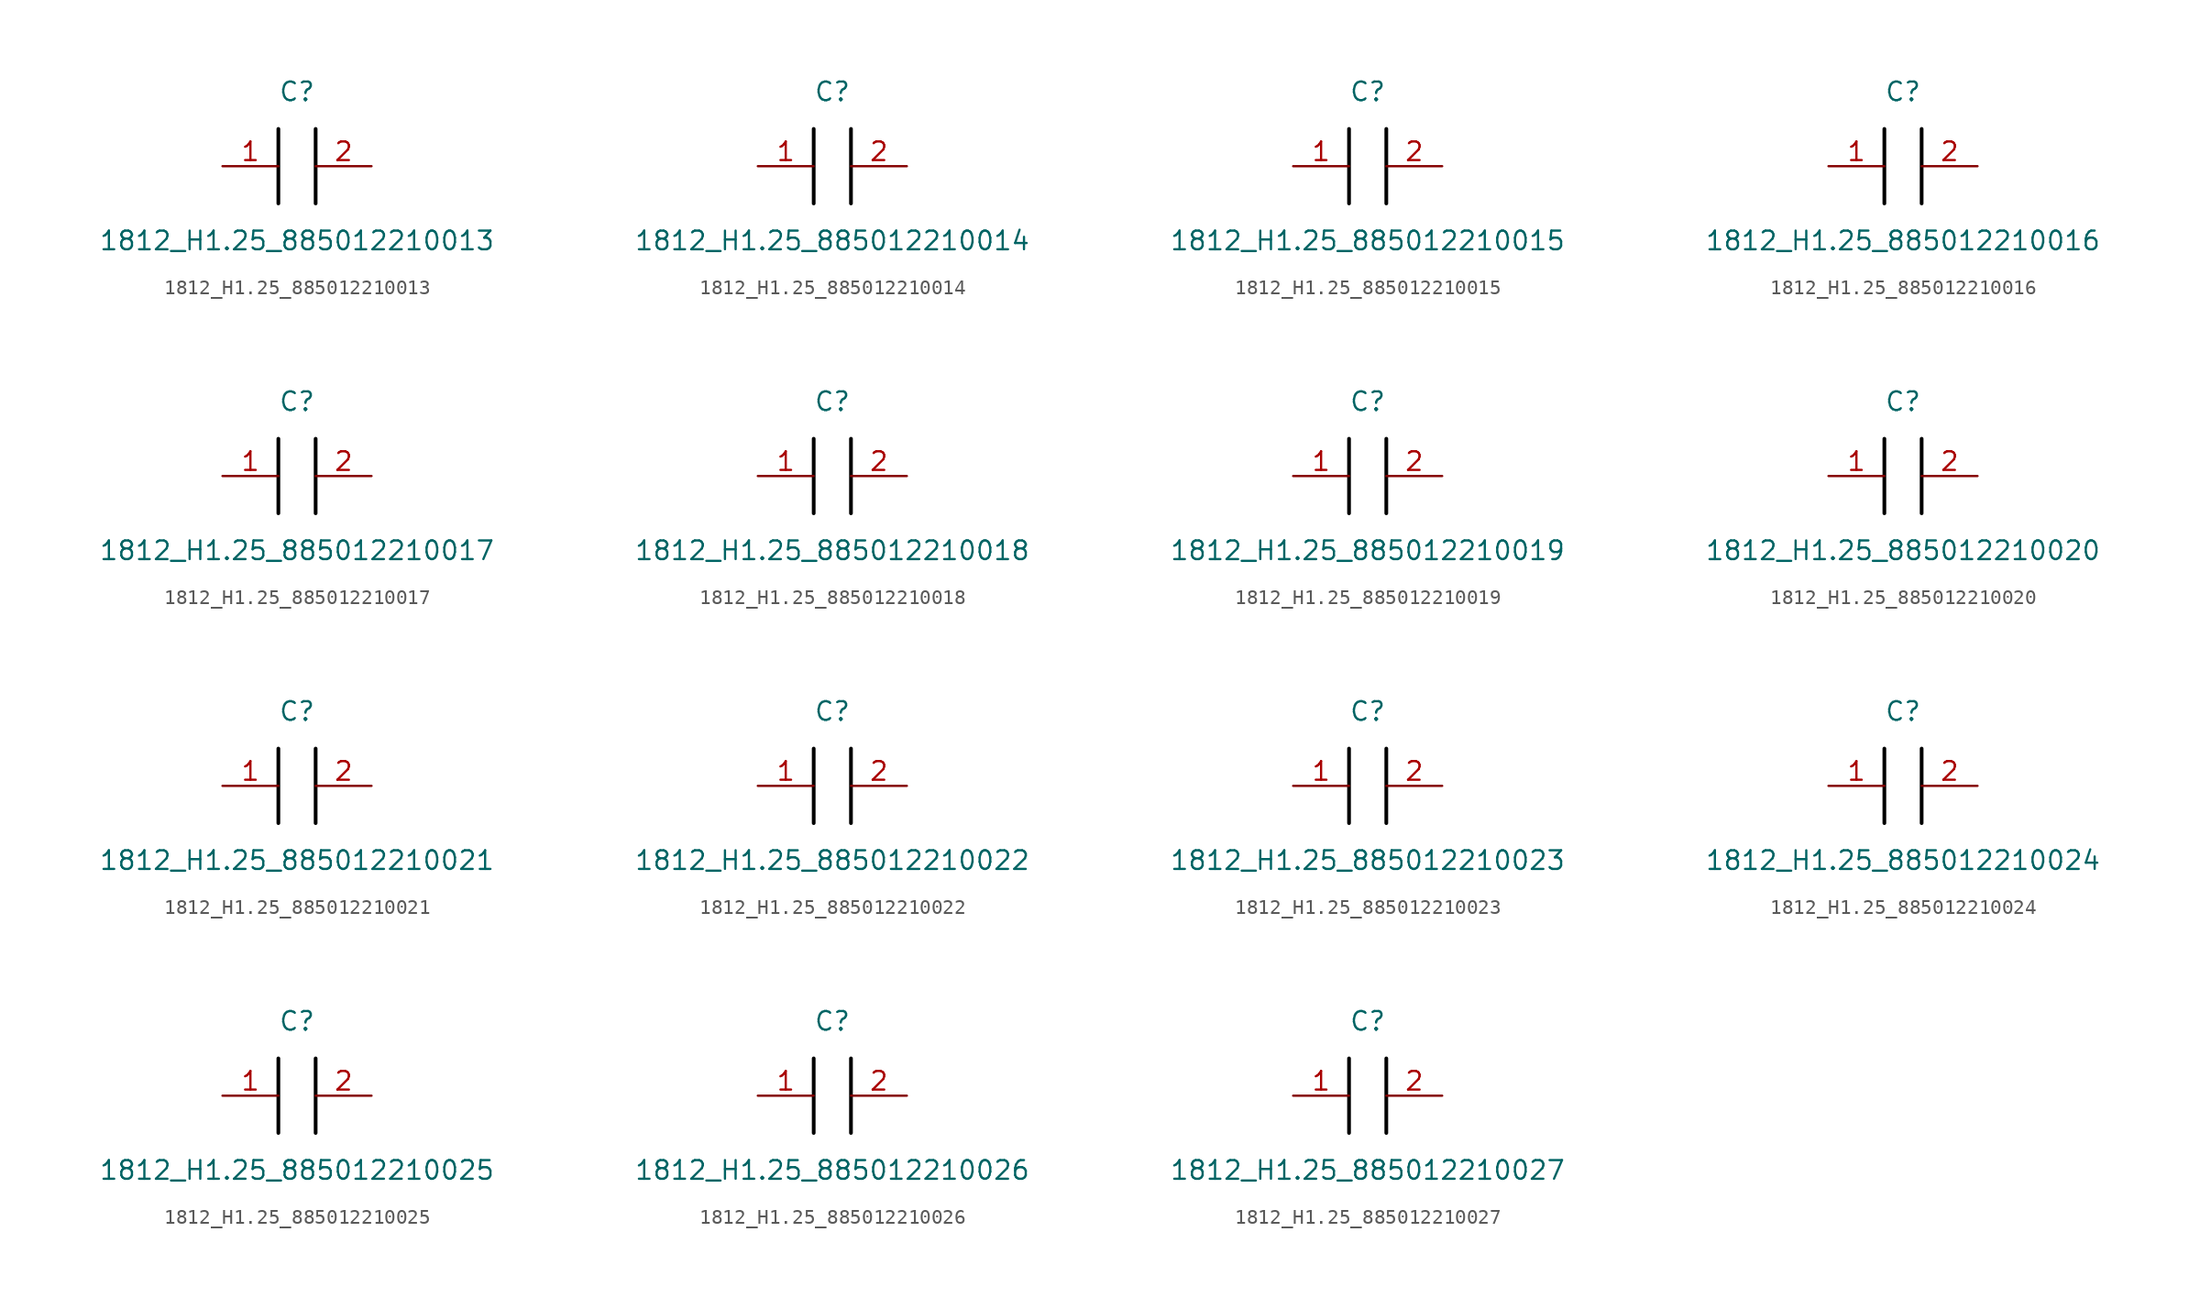
<source format=kicad_sym>
(kicad_symbol_lib
  (version 20220914)
  (generator kicad_symbol_editor)
  (symbol "1812_H1.25_885012210013"
    (pin_names hide)
    (property "Reference" "C"
      (at 0 5.08 0)
      (effects (font (size 1.27 1.27))))
    (property "Value" "1812_H1.25_885012210013"
      (at 0 -5.08 0)
      (effects (font (size 1.27 1.27))))
    (symbol "1812_H1.25_885012210013_1_1"
      (polyline (pts (xy -1.27 2.54) (xy -1.27 -2.54)) (stroke (width 0.254) (type default) (color 0 0 0 1)) (fill (type none)))
      (polyline (pts (xy 1.27 2.54) (xy 1.27 -2.54)) (stroke (width 0.254) (type default) (color 0 0 0 1)) (fill (type none)))
      (pin passive line (at -5.08 0 0) (length 3.81) (name "1" (effects (font (size 1.27 1.27)))) (number "1" (effects (font (size 1.27 1.27)))))
      (pin passive line (at 5.08 0 180) (length 3.81) (name "2" (effects (font (size 1.27 1.27)))) (number "2" (effects (font (size 1.27 1.27)))))))
  (symbol "1812_H1.25_885012210014"
    (pin_names hide)
    (property "Reference" "C"
      (at 0 5.08 0)
      (effects (font (size 1.27 1.27))))
    (property "Value" "1812_H1.25_885012210014"
      (at 0 -5.08 0)
      (effects (font (size 1.27 1.27))))
    (symbol "1812_H1.25_885012210014_1_1"
      (polyline (pts (xy -1.27 2.54) (xy -1.27 -2.54)) (stroke (width 0.254) (type default) (color 0 0 0 1)) (fill (type none)))
      (polyline (pts (xy 1.27 2.54) (xy 1.27 -2.54)) (stroke (width 0.254) (type default) (color 0 0 0 1)) (fill (type none)))
      (pin passive line (at -5.08 0 0) (length 3.81) (name "1" (effects (font (size 1.27 1.27)))) (number "1" (effects (font (size 1.27 1.27)))))
      (pin passive line (at 5.08 0 180) (length 3.81) (name "2" (effects (font (size 1.27 1.27)))) (number "2" (effects (font (size 1.27 1.27)))))))
  (symbol "1812_H1.25_885012210015"
    (pin_names hide)
    (property "Reference" "C"
      (at 0 5.08 0)
      (effects (font (size 1.27 1.27))))
    (property "Value" "1812_H1.25_885012210015"
      (at 0 -5.08 0)
      (effects (font (size 1.27 1.27))))
    (symbol "1812_H1.25_885012210015_1_1"
      (polyline (pts (xy -1.27 2.54) (xy -1.27 -2.54)) (stroke (width 0.254) (type default) (color 0 0 0 1)) (fill (type none)))
      (polyline (pts (xy 1.27 2.54) (xy 1.27 -2.54)) (stroke (width 0.254) (type default) (color 0 0 0 1)) (fill (type none)))
      (pin passive line (at -5.08 0 0) (length 3.81) (name "1" (effects (font (size 1.27 1.27)))) (number "1" (effects (font (size 1.27 1.27)))))
      (pin passive line (at 5.08 0 180) (length 3.81) (name "2" (effects (font (size 1.27 1.27)))) (number "2" (effects (font (size 1.27 1.27)))))))
  (symbol "1812_H1.25_885012210016"
    (pin_names hide)
    (property "Reference" "C"
      (at 0 5.08 0)
      (effects (font (size 1.27 1.27))))
    (property "Value" "1812_H1.25_885012210016"
      (at 0 -5.08 0)
      (effects (font (size 1.27 1.27))))
    (symbol "1812_H1.25_885012210016_1_1"
      (polyline (pts (xy -1.27 2.54) (xy -1.27 -2.54)) (stroke (width 0.254) (type default) (color 0 0 0 1)) (fill (type none)))
      (polyline (pts (xy 1.27 2.54) (xy 1.27 -2.54)) (stroke (width 0.254) (type default) (color 0 0 0 1)) (fill (type none)))
      (pin passive line (at -5.08 0 0) (length 3.81) (name "1" (effects (font (size 1.27 1.27)))) (number "1" (effects (font (size 1.27 1.27)))))
      (pin passive line (at 5.08 0 180) (length 3.81) (name "2" (effects (font (size 1.27 1.27)))) (number "2" (effects (font (size 1.27 1.27)))))))
  (symbol "1812_H1.25_885012210017"
    (pin_names hide)
    (property "Reference" "C"
      (at 0 5.08 0)
      (effects (font (size 1.27 1.27))))
    (property "Value" "1812_H1.25_885012210017"
      (at 0 -5.08 0)
      (effects (font (size 1.27 1.27))))
    (symbol "1812_H1.25_885012210017_1_1"
      (polyline (pts (xy -1.27 2.54) (xy -1.27 -2.54)) (stroke (width 0.254) (type default) (color 0 0 0 1)) (fill (type none)))
      (polyline (pts (xy 1.27 2.54) (xy 1.27 -2.54)) (stroke (width 0.254) (type default) (color 0 0 0 1)) (fill (type none)))
      (pin passive line (at -5.08 0 0) (length 3.81) (name "1" (effects (font (size 1.27 1.27)))) (number "1" (effects (font (size 1.27 1.27)))))
      (pin passive line (at 5.08 0 180) (length 3.81) (name "2" (effects (font (size 1.27 1.27)))) (number "2" (effects (font (size 1.27 1.27)))))))
  (symbol "1812_H1.25_885012210018"
    (pin_names hide)
    (property "Reference" "C"
      (at 0 5.08 0)
      (effects (font (size 1.27 1.27))))
    (property "Value" "1812_H1.25_885012210018"
      (at 0 -5.08 0)
      (effects (font (size 1.27 1.27))))
    (symbol "1812_H1.25_885012210018_1_1"
      (polyline (pts (xy -1.27 2.54) (xy -1.27 -2.54)) (stroke (width 0.254) (type default) (color 0 0 0 1)) (fill (type none)))
      (polyline (pts (xy 1.27 2.54) (xy 1.27 -2.54)) (stroke (width 0.254) (type default) (color 0 0 0 1)) (fill (type none)))
      (pin passive line (at -5.08 0 0) (length 3.81) (name "1" (effects (font (size 1.27 1.27)))) (number "1" (effects (font (size 1.27 1.27)))))
      (pin passive line (at 5.08 0 180) (length 3.81) (name "2" (effects (font (size 1.27 1.27)))) (number "2" (effects (font (size 1.27 1.27)))))))
  (symbol "1812_H1.25_885012210019"
    (pin_names hide)
    (property "Reference" "C"
      (at 0 5.08 0)
      (effects (font (size 1.27 1.27))))
    (property "Value" "1812_H1.25_885012210019"
      (at 0 -5.08 0)
      (effects (font (size 1.27 1.27))))
    (symbol "1812_H1.25_885012210019_1_1"
      (polyline (pts (xy -1.27 2.54) (xy -1.27 -2.54)) (stroke (width 0.254) (type default) (color 0 0 0 1)) (fill (type none)))
      (polyline (pts (xy 1.27 2.54) (xy 1.27 -2.54)) (stroke (width 0.254) (type default) (color 0 0 0 1)) (fill (type none)))
      (pin passive line (at -5.08 0 0) (length 3.81) (name "1" (effects (font (size 1.27 1.27)))) (number "1" (effects (font (size 1.27 1.27)))))
      (pin passive line (at 5.08 0 180) (length 3.81) (name "2" (effects (font (size 1.27 1.27)))) (number "2" (effects (font (size 1.27 1.27)))))))
  (symbol "1812_H1.25_885012210020"
    (pin_names hide)
    (property "Reference" "C"
      (at 0 5.08 0)
      (effects (font (size 1.27 1.27))))
    (property "Value" "1812_H1.25_885012210020"
      (at 0 -5.08 0)
      (effects (font (size 1.27 1.27))))
    (symbol "1812_H1.25_885012210020_1_1"
      (polyline (pts (xy -1.27 2.54) (xy -1.27 -2.54)) (stroke (width 0.254) (type default) (color 0 0 0 1)) (fill (type none)))
      (polyline (pts (xy 1.27 2.54) (xy 1.27 -2.54)) (stroke (width 0.254) (type default) (color 0 0 0 1)) (fill (type none)))
      (pin passive line (at -5.08 0 0) (length 3.81) (name "1" (effects (font (size 1.27 1.27)))) (number "1" (effects (font (size 1.27 1.27)))))
      (pin passive line (at 5.08 0 180) (length 3.81) (name "2" (effects (font (size 1.27 1.27)))) (number "2" (effects (font (size 1.27 1.27)))))))
  (symbol "1812_H1.25_885012210021"
    (pin_names hide)
    (property "Reference" "C"
      (at 0 5.08 0)
      (effects (font (size 1.27 1.27))))
    (property "Value" "1812_H1.25_885012210021"
      (at 0 -5.08 0)
      (effects (font (size 1.27 1.27))))
    (symbol "1812_H1.25_885012210021_1_1"
      (polyline (pts (xy -1.27 2.54) (xy -1.27 -2.54)) (stroke (width 0.254) (type default) (color 0 0 0 1)) (fill (type none)))
      (polyline (pts (xy 1.27 2.54) (xy 1.27 -2.54)) (stroke (width 0.254) (type default) (color 0 0 0 1)) (fill (type none)))
      (pin passive line (at -5.08 0 0) (length 3.81) (name "1" (effects (font (size 1.27 1.27)))) (number "1" (effects (font (size 1.27 1.27)))))
      (pin passive line (at 5.08 0 180) (length 3.81) (name "2" (effects (font (size 1.27 1.27)))) (number "2" (effects (font (size 1.27 1.27)))))))
  (symbol "1812_H1.25_885012210022"
    (pin_names hide)
    (property "Reference" "C"
      (at 0 5.08 0)
      (effects (font (size 1.27 1.27))))
    (property "Value" "1812_H1.25_885012210022"
      (at 0 -5.08 0)
      (effects (font (size 1.27 1.27))))
    (symbol "1812_H1.25_885012210022_1_1"
      (polyline (pts (xy -1.27 2.54) (xy -1.27 -2.54)) (stroke (width 0.254) (type default) (color 0 0 0 1)) (fill (type none)))
      (polyline (pts (xy 1.27 2.54) (xy 1.27 -2.54)) (stroke (width 0.254) (type default) (color 0 0 0 1)) (fill (type none)))
      (pin passive line (at -5.08 0 0) (length 3.81) (name "1" (effects (font (size 1.27 1.27)))) (number "1" (effects (font (size 1.27 1.27)))))
      (pin passive line (at 5.08 0 180) (length 3.81) (name "2" (effects (font (size 1.27 1.27)))) (number "2" (effects (font (size 1.27 1.27)))))))
  (symbol "1812_H1.25_885012210023"
    (pin_names hide)
    (property "Reference" "C"
      (at 0 5.08 0)
      (effects (font (size 1.27 1.27))))
    (property "Value" "1812_H1.25_885012210023"
      (at 0 -5.08 0)
      (effects (font (size 1.27 1.27))))
    (symbol "1812_H1.25_885012210023_1_1"
      (polyline (pts (xy -1.27 2.54) (xy -1.27 -2.54)) (stroke (width 0.254) (type default) (color 0 0 0 1)) (fill (type none)))
      (polyline (pts (xy 1.27 2.54) (xy 1.27 -2.54)) (stroke (width 0.254) (type default) (color 0 0 0 1)) (fill (type none)))
      (pin passive line (at -5.08 0 0) (length 3.81) (name "1" (effects (font (size 1.27 1.27)))) (number "1" (effects (font (size 1.27 1.27)))))
      (pin passive line (at 5.08 0 180) (length 3.81) (name "2" (effects (font (size 1.27 1.27)))) (number "2" (effects (font (size 1.27 1.27)))))))
  (symbol "1812_H1.25_885012210024"
    (pin_names hide)
    (property "Reference" "C"
      (at 0 5.08 0)
      (effects (font (size 1.27 1.27))))
    (property "Value" "1812_H1.25_885012210024"
      (at 0 -5.08 0)
      (effects (font (size 1.27 1.27))))
    (symbol "1812_H1.25_885012210024_1_1"
      (polyline (pts (xy -1.27 2.54) (xy -1.27 -2.54)) (stroke (width 0.254) (type default) (color 0 0 0 1)) (fill (type none)))
      (polyline (pts (xy 1.27 2.54) (xy 1.27 -2.54)) (stroke (width 0.254) (type default) (color 0 0 0 1)) (fill (type none)))
      (pin passive line (at -5.08 0 0) (length 3.81) (name "1" (effects (font (size 1.27 1.27)))) (number "1" (effects (font (size 1.27 1.27)))))
      (pin passive line (at 5.08 0 180) (length 3.81) (name "2" (effects (font (size 1.27 1.27)))) (number "2" (effects (font (size 1.27 1.27)))))))
  (symbol "1812_H1.25_885012210025"
    (pin_names hide)
    (property "Reference" "C"
      (at 0 5.08 0)
      (effects (font (size 1.27 1.27))))
    (property "Value" "1812_H1.25_885012210025"
      (at 0 -5.08 0)
      (effects (font (size 1.27 1.27))))
    (symbol "1812_H1.25_885012210025_1_1"
      (polyline (pts (xy -1.27 2.54) (xy -1.27 -2.54)) (stroke (width 0.254) (type default) (color 0 0 0 1)) (fill (type none)))
      (polyline (pts (xy 1.27 2.54) (xy 1.27 -2.54)) (stroke (width 0.254) (type default) (color 0 0 0 1)) (fill (type none)))
      (pin passive line (at -5.08 0 0) (length 3.81) (name "1" (effects (font (size 1.27 1.27)))) (number "1" (effects (font (size 1.27 1.27)))))
      (pin passive line (at 5.08 0 180) (length 3.81) (name "2" (effects (font (size 1.27 1.27)))) (number "2" (effects (font (size 1.27 1.27)))))))
  (symbol "1812_H1.25_885012210026"
    (pin_names hide)
    (property "Reference" "C"
      (at 0 5.08 0)
      (effects (font (size 1.27 1.27))))
    (property "Value" "1812_H1.25_885012210026"
      (at 0 -5.08 0)
      (effects (font (size 1.27 1.27))))
    (symbol "1812_H1.25_885012210026_1_1"
      (polyline (pts (xy -1.27 2.54) (xy -1.27 -2.54)) (stroke (width 0.254) (type default) (color 0 0 0 1)) (fill (type none)))
      (polyline (pts (xy 1.27 2.54) (xy 1.27 -2.54)) (stroke (width 0.254) (type default) (color 0 0 0 1)) (fill (type none)))
      (pin passive line (at -5.08 0 0) (length 3.81) (name "1" (effects (font (size 1.27 1.27)))) (number "1" (effects (font (size 1.27 1.27)))))
      (pin passive line (at 5.08 0 180) (length 3.81) (name "2" (effects (font (size 1.27 1.27)))) (number "2" (effects (font (size 1.27 1.27)))))))
  (symbol "1812_H1.25_885012210027"
    (pin_names hide)
    (property "Reference" "C"
      (at 0 5.08 0)
      (effects (font (size 1.27 1.27))))
    (property "Value" "1812_H1.25_885012210027"
      (at 0 -5.08 0)
      (effects (font (size 1.27 1.27))))
    (symbol "1812_H1.25_885012210027_1_1"
      (polyline (pts (xy -1.27 2.54) (xy -1.27 -2.54)) (stroke (width 0.254) (type default) (color 0 0 0 1)) (fill (type none)))
      (polyline (pts (xy 1.27 2.54) (xy 1.27 -2.54)) (stroke (width 0.254) (type default) (color 0 0 0 1)) (fill (type none)))
      (pin passive line (at -5.08 0 0) (length 3.81) (name "1" (effects (font (size 1.27 1.27)))) (number "1" (effects (font (size 1.27 1.27)))))
      (pin passive line (at 5.08 0 180) (length 3.81) (name "2" (effects (font (size 1.27 1.27)))) (number "2" (effects (font (size 1.27 1.27))))))))
</source>
